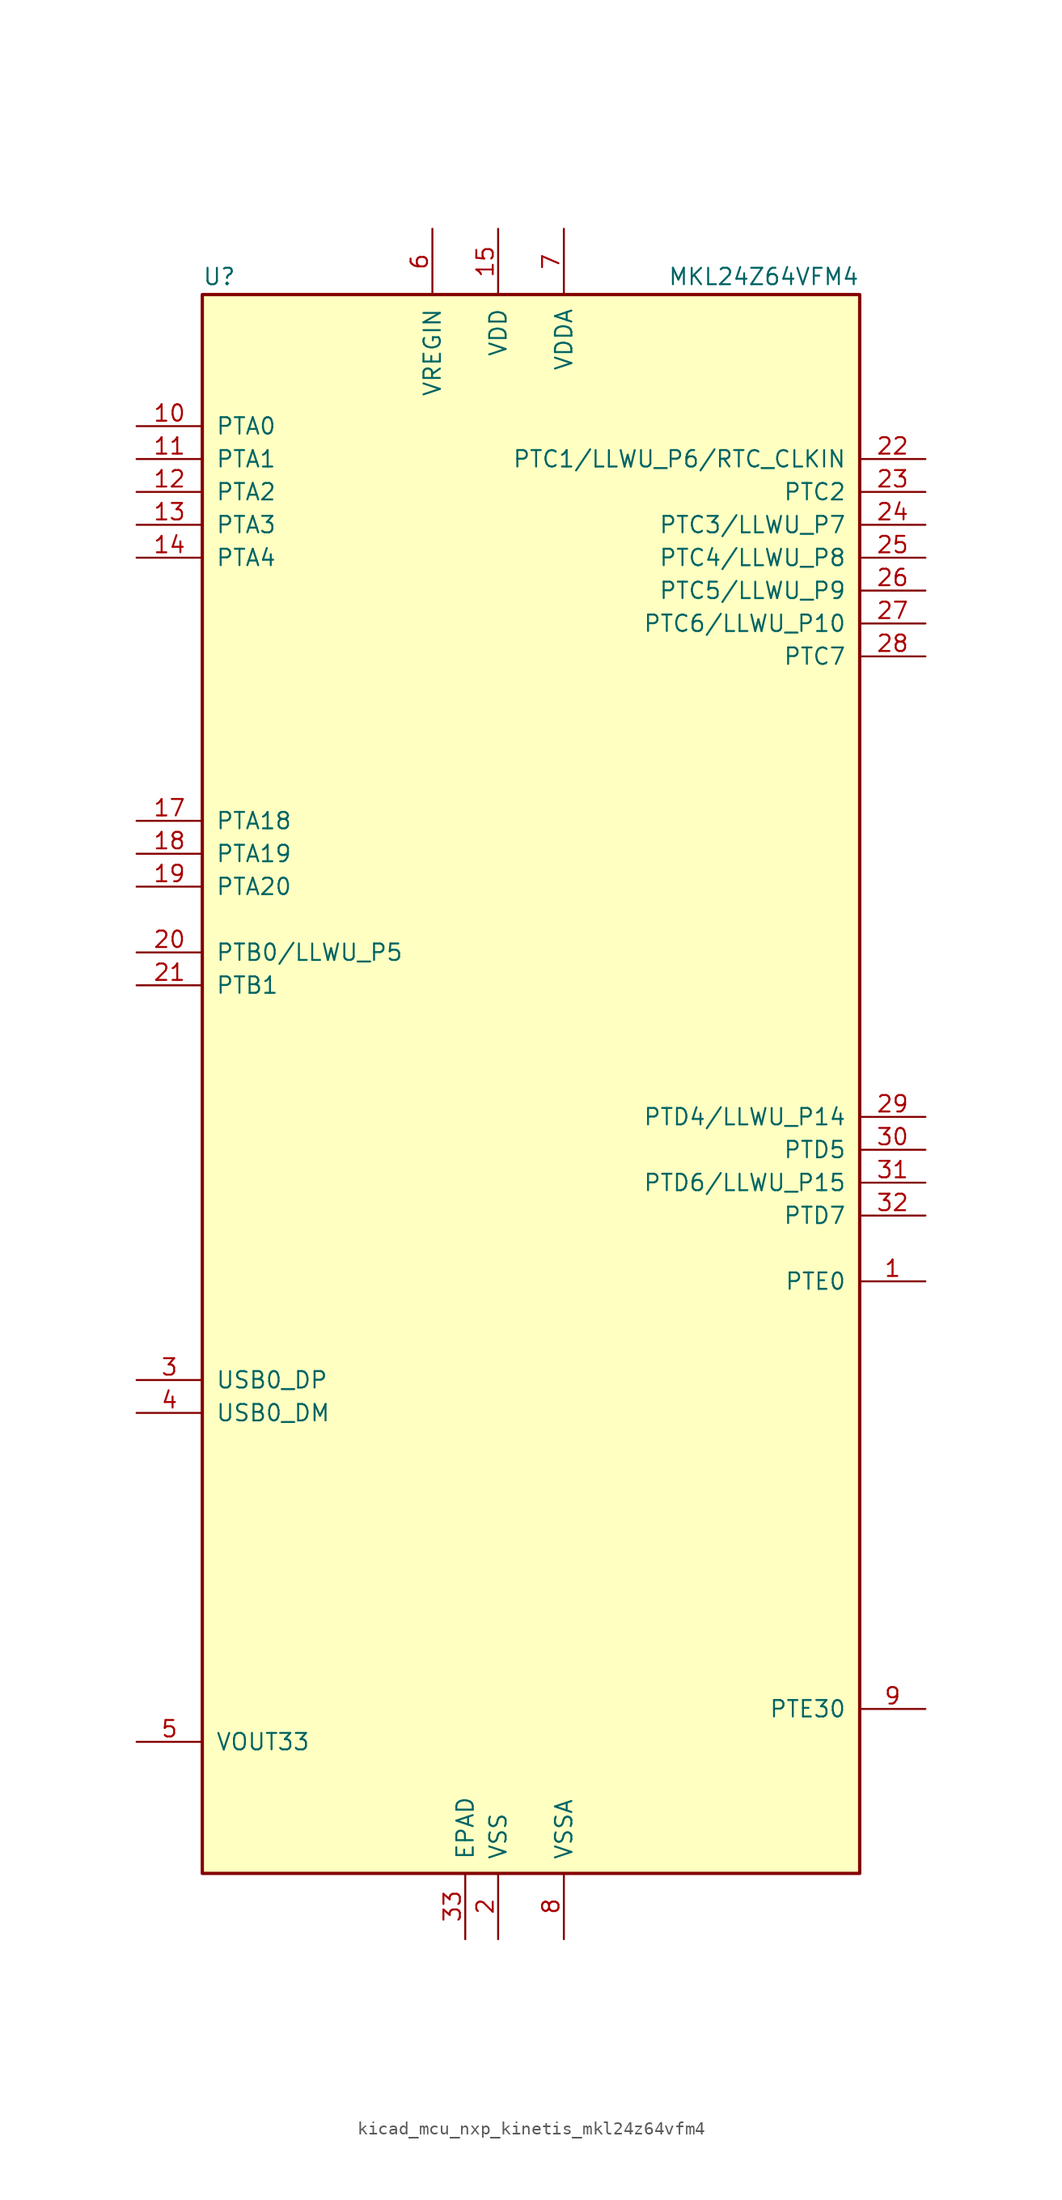
<source format=kicad_sym>
(kicad_symbol_lib
  (version 20220914)
  (generator kicad_symbol_editor)
  (symbol "kicad_mcu_nxp_kinetis_mkl24z64vfm4"
    (pin_names
      (offset 1.016))
    (property "Reference" "U"
      (at -25.4 61.595 0)
      (effects (font (size 1.27 1.27)) (justify left bottom)))
    (property "Value" "MKL24Z64VFM4"
      (at 25.4 61.595 0)
      (effects (font (size 1.27 1.27)) (justify right bottom)))
    (symbol "kicad_mcu_nxp_kinetis_mkl24z64vfm4_0_1"
      (rectangle (start -25.4 60.96) (end 25.4 -60.96) (stroke (width 0.254) (type default)) (fill (type background))))
    (symbol "kicad_mcu_nxp_kinetis_mkl24z64vfm4_1_1"
      (pin bidirectional line (at 30.48 -15.24 180) (length 5.08) (name "PTE0" (effects (font (size 1.27 1.27)))) (number "1" (effects (font (size 1.27 1.27)))))
      (pin bidirectional line (at -30.48 50.8 0) (length 5.08) (name "PTA0" (effects (font (size 1.27 1.27)))) (number "10" (effects (font (size 1.27 1.27)))))
      (pin bidirectional line (at -30.48 48.26 0) (length 5.08) (name "PTA1" (effects (font (size 1.27 1.27)))) (number "11" (effects (font (size 1.27 1.27)))))
      (pin bidirectional line (at -30.48 45.72 0) (length 5.08) (name "PTA2" (effects (font (size 1.27 1.27)))) (number "12" (effects (font (size 1.27 1.27)))))
      (pin bidirectional line (at -30.48 43.18 0) (length 5.08) (name "PTA3" (effects (font (size 1.27 1.27)))) (number "13" (effects (font (size 1.27 1.27)))))
      (pin bidirectional line (at -30.48 40.64 0) (length 5.08) (name "PTA4" (effects (font (size 1.27 1.27)))) (number "14" (effects (font (size 1.27 1.27)))))
      (pin power_in line (at -2.54 66.04 270) (length 5.08) (name "VDD" (effects (font (size 1.27 1.27)))) (number "15" (effects (font (size 1.27 1.27)))))
      (pin passive line (at -2.54 -66.04 90) (length 5.08) hide (name "VSS" (effects (font (size 1.27 1.27)))) (number "16" (effects (font (size 1.27 1.27)))))
      (pin bidirectional line (at -30.48 20.32 0) (length 5.08) (name "PTA18" (effects (font (size 1.27 1.27)))) (number "17" (effects (font (size 1.27 1.27)))))
      (pin bidirectional line (at -30.48 17.78 0) (length 5.08) (name "PTA19" (effects (font (size 1.27 1.27)))) (number "18" (effects (font (size 1.27 1.27)))))
      (pin bidirectional line (at -30.48 15.24 0) (length 5.08) (name "PTA20" (effects (font (size 1.27 1.27)))) (number "19" (effects (font (size 1.27 1.27)))))
      (pin power_in line (at -2.54 -66.04 90) (length 5.08) (name "VSS" (effects (font (size 1.27 1.27)))) (number "2" (effects (font (size 1.27 1.27)))))
      (pin bidirectional line (at -30.48 10.16 0) (length 5.08) (name "PTB0/LLWU_P5" (effects (font (size 1.27 1.27)))) (number "20" (effects (font (size 1.27 1.27)))))
      (pin bidirectional line (at -30.48 7.62 0) (length 5.08) (name "PTB1" (effects (font (size 1.27 1.27)))) (number "21" (effects (font (size 1.27 1.27)))))
      (pin bidirectional line (at 30.48 48.26 180) (length 5.08) (name "PTC1/LLWU_P6/RTC_CLKIN" (effects (font (size 1.27 1.27)))) (number "22" (effects (font (size 1.27 1.27)))))
      (pin bidirectional line (at 30.48 45.72 180) (length 5.08) (name "PTC2" (effects (font (size 1.27 1.27)))) (number "23" (effects (font (size 1.27 1.27)))))
      (pin bidirectional line (at 30.48 43.18 180) (length 5.08) (name "PTC3/LLWU_P7" (effects (font (size 1.27 1.27)))) (number "24" (effects (font (size 1.27 1.27)))))
      (pin bidirectional line (at 30.48 40.64 180) (length 5.08) (name "PTC4/LLWU_P8" (effects (font (size 1.27 1.27)))) (number "25" (effects (font (size 1.27 1.27)))))
      (pin bidirectional line (at 30.48 38.1 180) (length 5.08) (name "PTC5/LLWU_P9" (effects (font (size 1.27 1.27)))) (number "26" (effects (font (size 1.27 1.27)))))
      (pin bidirectional line (at 30.48 35.56 180) (length 5.08) (name "PTC6/LLWU_P10" (effects (font (size 1.27 1.27)))) (number "27" (effects (font (size 1.27 1.27)))))
      (pin bidirectional line (at 30.48 33.02 180) (length 5.08) (name "PTC7" (effects (font (size 1.27 1.27)))) (number "28" (effects (font (size 1.27 1.27)))))
      (pin bidirectional line (at 30.48 -2.54 180) (length 5.08) (name "PTD4/LLWU_P14" (effects (font (size 1.27 1.27)))) (number "29" (effects (font (size 1.27 1.27)))))
      (pin bidirectional line (at -30.48 -22.86 0) (length 5.08) (name "USB0_DP" (effects (font (size 1.27 1.27)))) (number "3" (effects (font (size 1.27 1.27)))))
      (pin bidirectional line (at 30.48 -5.08 180) (length 5.08) (name "PTD5" (effects (font (size 1.27 1.27)))) (number "30" (effects (font (size 1.27 1.27)))))
      (pin bidirectional line (at 30.48 -7.62 180) (length 5.08) (name "PTD6/LLWU_P15" (effects (font (size 1.27 1.27)))) (number "31" (effects (font (size 1.27 1.27)))))
      (pin bidirectional line (at 30.48 -10.16 180) (length 5.08) (name "PTD7" (effects (font (size 1.27 1.27)))) (number "32" (effects (font (size 1.27 1.27)))))
      (pin power_in line (at -5.08 -66.04 90) (length 5.08) (name "EPAD" (effects (font (size 1.27 1.27)))) (number "33" (effects (font (size 1.27 1.27)))))
      (pin bidirectional line (at -30.48 -25.4 0) (length 5.08) (name "USB0_DM" (effects (font (size 1.27 1.27)))) (number "4" (effects (font (size 1.27 1.27)))))
      (pin power_out line (at -30.48 -50.8 0) (length 5.08) (name "VOUT33" (effects (font (size 1.27 1.27)))) (number "5" (effects (font (size 1.27 1.27)))))
      (pin power_in line (at -7.62 66.04 270) (length 5.08) (name "VREGIN" (effects (font (size 1.27 1.27)))) (number "6" (effects (font (size 1.27 1.27)))))
      (pin power_in line (at 2.54 66.04 270) (length 5.08) (name "VDDA" (effects (font (size 1.27 1.27)))) (number "7" (effects (font (size 1.27 1.27)))))
      (pin power_in line (at 2.54 -66.04 90) (length 5.08) (name "VSSA" (effects (font (size 1.27 1.27)))) (number "8" (effects (font (size 1.27 1.27)))))
      (pin bidirectional line (at 30.48 -48.26 180) (length 5.08) (name "PTE30" (effects (font (size 1.27 1.27)))) (number "9" (effects (font (size 1.27 1.27))))))))
</source>
